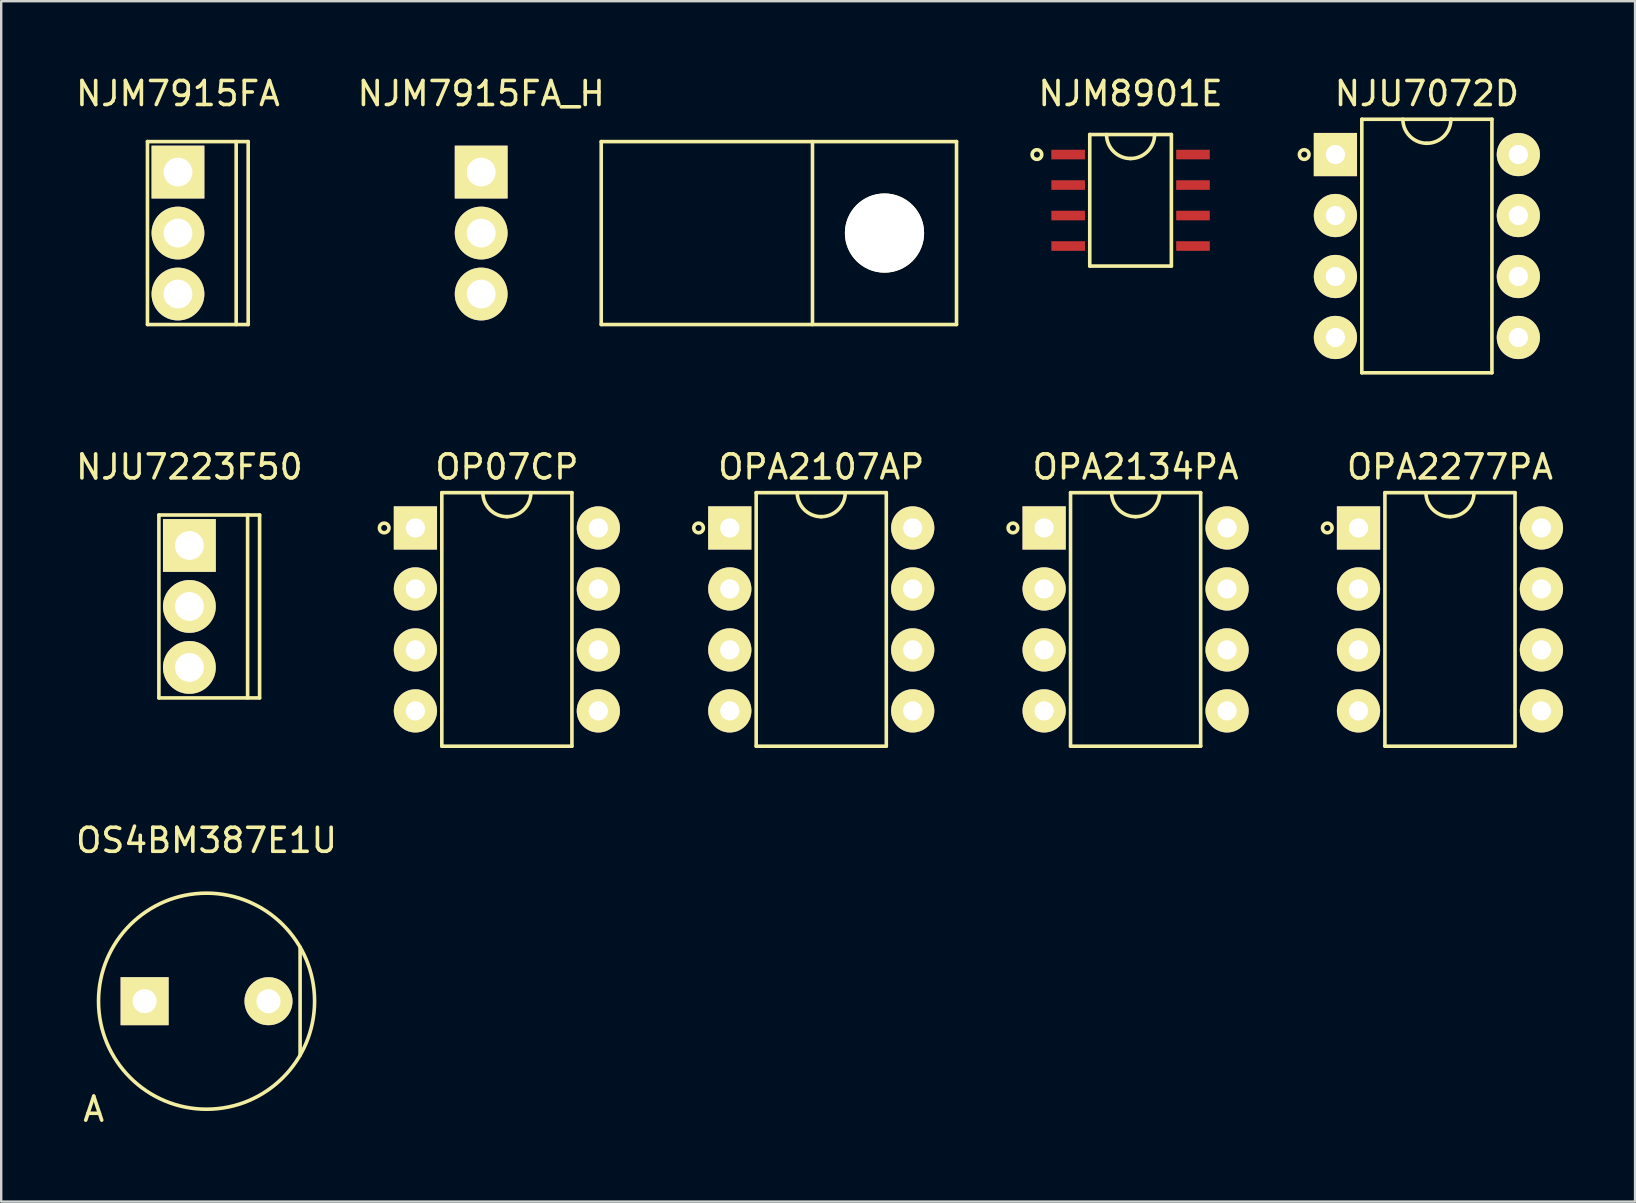
<source format=kicad_pcb>
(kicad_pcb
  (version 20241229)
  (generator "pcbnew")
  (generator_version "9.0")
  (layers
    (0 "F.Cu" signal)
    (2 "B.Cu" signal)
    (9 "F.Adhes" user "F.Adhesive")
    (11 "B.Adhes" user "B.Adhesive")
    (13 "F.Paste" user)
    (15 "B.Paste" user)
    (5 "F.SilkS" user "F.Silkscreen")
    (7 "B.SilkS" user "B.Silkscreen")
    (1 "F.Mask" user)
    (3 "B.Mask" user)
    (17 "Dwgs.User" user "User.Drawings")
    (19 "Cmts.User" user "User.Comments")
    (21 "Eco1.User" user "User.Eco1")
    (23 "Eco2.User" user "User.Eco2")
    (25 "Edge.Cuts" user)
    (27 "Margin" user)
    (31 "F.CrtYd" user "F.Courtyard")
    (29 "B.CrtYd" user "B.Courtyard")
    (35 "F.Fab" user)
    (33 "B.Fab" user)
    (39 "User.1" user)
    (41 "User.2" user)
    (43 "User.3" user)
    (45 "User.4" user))
  (footprint "OPA2134PA"
    (layer "F.Cu")
    (at 40.444 18.942)
    (property "Reference" "OPA2134PA" (at 3.81 -2.54 0) (layer "F.SilkS") (effects (font (size 1 1) (thickness 0.15))))
    (attr through_hole)
    (fp_line (start 1.1 -1.47) (end 6.52 -1.47) (stroke (width 0.15) (type solid)) (layer "F.SilkS"))
    (fp_line (start 1.1 9.09) (end 1.1 -1.47) (stroke (width 0.15) (type solid)) (layer "F.SilkS"))
    (fp_line (start 6.52 -1.47) (end 6.52 9.09) (stroke (width 0.15) (type solid)) (layer "F.SilkS"))
    (fp_line (start 6.52 9.09) (end 1.1 9.09) (stroke (width 0.15) (type solid)) (layer "F.SilkS"))
    (fp_arc (start 3.81 -0.47) (mid 3.102893 -0.762893) (end 2.81 -1.47) (stroke (width 0.15) (type solid)) (layer "F.SilkS"))
    (fp_arc (start 4.81 -1.47) (mid 4.517107 -0.762893) (end 3.81 -0.47) (stroke (width 0.15) (type solid)) (layer "F.SilkS"))
    (fp_circle (center -1.3 0) (end -1.3 0.2) (stroke (width 0.15) (type solid)) (fill no) (layer "F.SilkS"))
    (pad "1" thru_hole rect (at 0 0) (size 1.8 1.8) (drill 0.8) (layers "*.Cu" "*.Mask" "F.SilkS"))
    (pad "2" thru_hole circle (at 0 2.54) (size 1.8 1.8) (drill 0.8) (layers "*.Cu" "*.Mask" "F.SilkS"))
    (pad "3" thru_hole circle (at 0 5.08) (size 1.8 1.8) (drill 0.8) (layers "*.Cu" "*.Mask" "F.SilkS"))
    (pad "4" thru_hole circle (at 0 7.62) (size 1.8 1.8) (drill 0.8) (layers "*.Cu" "*.Mask" "F.SilkS"))
    (pad "5" thru_hole circle (at 7.62 7.62) (size 1.8 1.8) (drill 0.8) (layers "*.Cu" "*.Mask" "F.SilkS"))
    (pad "6" thru_hole circle (at 7.62 5.08) (size 1.8 1.8) (drill 0.8) (layers "*.Cu" "*.Mask" "F.SilkS"))
    (pad "7" thru_hole circle (at 7.62 2.54) (size 1.8 1.8) (drill 0.8) (layers "*.Cu" "*.Mask" "F.SilkS"))
    (pad "8" thru_hole circle (at 7.62 0) (size 1.8 1.8) (drill 0.8) (layers "*.Cu" "*.Mask" "F.SilkS")))
  (footprint "NJU7072D"
    (layer "F.Cu")
    (at 52.577 3.388)
    (property "Reference" "NJU7072D" (at 3.81 -2.54 0) (layer "F.SilkS") (effects (font (size 1 1) (thickness 0.15))))
    (attr through_hole)
    (fp_line (start 1.1 -1.47) (end 6.52 -1.47) (stroke (width 0.15) (type solid)) (layer "F.SilkS"))
    (fp_line (start 1.1 9.09) (end 1.1 -1.47) (stroke (width 0.15) (type solid)) (layer "F.SilkS"))
    (fp_line (start 6.52 -1.47) (end 6.52 9.09) (stroke (width 0.15) (type solid)) (layer "F.SilkS"))
    (fp_line (start 6.52 9.09) (end 1.1 9.09) (stroke (width 0.15) (type solid)) (layer "F.SilkS"))
    (fp_arc (start 3.81 -0.47) (mid 3.102893 -0.762893) (end 2.81 -1.47) (stroke (width 0.15) (type solid)) (layer "F.SilkS"))
    (fp_arc (start 4.81 -1.47) (mid 4.517107 -0.762893) (end 3.81 -0.47) (stroke (width 0.15) (type solid)) (layer "F.SilkS"))
    (fp_circle (center -1.3 0) (end -1.3 0.2) (stroke (width 0.15) (type solid)) (fill no) (layer "F.SilkS"))
    (pad "1" thru_hole rect (at 0 0) (size 1.8 1.8) (drill 0.8) (layers "*.Cu" "*.Mask" "F.SilkS"))
    (pad "2" thru_hole circle (at 0 2.54) (size 1.8 1.8) (drill 0.8) (layers "*.Cu" "*.Mask" "F.SilkS"))
    (pad "3" thru_hole circle (at 0 5.08) (size 1.8 1.8) (drill 0.8) (layers "*.Cu" "*.Mask" "F.SilkS"))
    (pad "4" thru_hole circle (at 0 7.62) (size 1.8 1.8) (drill 0.8) (layers "*.Cu" "*.Mask" "F.SilkS"))
    (pad "5" thru_hole circle (at 7.62 7.62) (size 1.8 1.8) (drill 0.8) (layers "*.Cu" "*.Mask" "F.SilkS"))
    (pad "6" thru_hole circle (at 7.62 5.08) (size 1.8 1.8) (drill 0.8) (layers "*.Cu" "*.Mask" "F.SilkS"))
    (pad "7" thru_hole circle (at 7.62 2.54) (size 1.8 1.8) (drill 0.8) (layers "*.Cu" "*.Mask" "F.SilkS"))
    (pad "8" thru_hole circle (at 7.62 0) (size 1.8 1.8) (drill 0.8) (layers "*.Cu" "*.Mask" "F.SilkS")))
  (footprint "OS4BM387E1U"
    (layer "F.Cu")
    (at 2.974 38.655)
    (property "Reference" "OS4BM387E1U" (at 2.58 -6.7 0) (layer "F.SilkS") (effects (font (size 1 1) (thickness 0.15))))
    (attr through_hole)
    (fp_line (start 6.477 2.25) (end 6.477 -2.25) (stroke (width 0.15) (type solid)) (layer "F.SilkS"))
    (fp_circle (center 2.58 0) (end 2.58 -4.5) (stroke (width 0.15) (type solid)) (fill no) (layer "F.SilkS"))
    (fp_text user "A" (at -2.12 4.5 0) (layer "F.SilkS") (effects (font (size 1 1) (thickness 0.15))))
    (pad "1" thru_hole rect (at 0 0) (size 2 2) (drill 1) (layers "*.Cu" "*.Mask" "F.SilkS"))
    (pad "2" thru_hole circle (at 5.16 0) (size 2 2) (drill 1) (layers "*.Cu" "*.Mask" "F.SilkS")))
  (footprint "OP07CP"
    (layer "F.Cu")
    (at 14.254 18.942)
    (property "Reference" "OP07CP" (at 3.81 -2.54 0) (layer "F.SilkS") (effects (font (size 1 1) (thickness 0.15))))
    (attr through_hole)
    (fp_line (start 1.1 -1.47) (end 6.52 -1.47) (stroke (width 0.15) (type solid)) (layer "F.SilkS"))
    (fp_line (start 1.1 9.09) (end 1.1 -1.47) (stroke (width 0.15) (type solid)) (layer "F.SilkS"))
    (fp_line (start 6.52 -1.47) (end 6.52 9.09) (stroke (width 0.15) (type solid)) (layer "F.SilkS"))
    (fp_line (start 6.52 9.09) (end 1.1 9.09) (stroke (width 0.15) (type solid)) (layer "F.SilkS"))
    (fp_arc (start 3.81 -0.47) (mid 3.102893 -0.762893) (end 2.81 -1.47) (stroke (width 0.15) (type solid)) (layer "F.SilkS"))
    (fp_arc (start 4.81 -1.47) (mid 4.517107 -0.762893) (end 3.81 -0.47) (stroke (width 0.15) (type solid)) (layer "F.SilkS"))
    (fp_circle (center -1.3 0) (end -1.3 0.2) (stroke (width 0.15) (type solid)) (fill no) (layer "F.SilkS"))
    (pad "1" thru_hole rect (at 0 0) (size 1.8 1.8) (drill 0.8) (layers "*.Cu" "*.Mask" "F.SilkS"))
    (pad "2" thru_hole circle (at 0 2.54) (size 1.8 1.8) (drill 0.8) (layers "*.Cu" "*.Mask" "F.SilkS"))
    (pad "3" thru_hole circle (at 0 5.08) (size 1.8 1.8) (drill 0.8) (layers "*.Cu" "*.Mask" "F.SilkS"))
    (pad "4" thru_hole circle (at 0 7.62) (size 1.8 1.8) (drill 0.8) (layers "*.Cu" "*.Mask" "F.SilkS"))
    (pad "5" thru_hole circle (at 7.62 7.62) (size 1.8 1.8) (drill 0.8) (layers "*.Cu" "*.Mask" "F.SilkS"))
    (pad "6" thru_hole circle (at 7.62 5.08) (size 1.8 1.8) (drill 0.8) (layers "*.Cu" "*.Mask" "F.SilkS"))
    (pad "7" thru_hole circle (at 7.62 2.54) (size 1.8 1.8) (drill 0.8) (layers "*.Cu" "*.Mask" "F.SilkS"))
    (pad "8" thru_hole circle (at 7.62 0) (size 1.8 1.8) (drill 0.8) (layers "*.Cu" "*.Mask" "F.SilkS")))
  (footprint "NJM7915FA"
    (layer "F.Cu")
    (at 4.363 4.118)
    (property "Reference" "NJM7915FA" (at 0 -3.27 0) (layer "F.SilkS") (effects (font (size 1 1) (thickness 0.15))))
    (attr through_hole)
    (fp_line (start -1.27 -1.27) (end -1.27 6.35) (stroke (width 0.15) (type solid)) (layer "F.SilkS"))
    (fp_line (start -1.27 -1.27) (end 2.925 -1.27) (stroke (width 0.15) (type solid)) (layer "F.SilkS"))
    (fp_line (start -1.27 6.35) (end 2.925 6.35) (stroke (width 0.15) (type solid)) (layer "F.SilkS"))
    (fp_line (start 2.425 -1.27) (end 2.425 6.35) (stroke (width 0.15) (type solid)) (layer "F.SilkS"))
    (fp_line (start 2.925 -1.27) (end 2.925 6.35) (stroke (width 0.15) (type solid)) (layer "F.SilkS"))
    (pad "1" thru_hole rect (at 0 0) (size 2.2 2.2) (drill 1.2) (layers "*.Cu" "*.Mask" "F.SilkS"))
    (pad "2" thru_hole circle (at 0 2.54) (size 2.2 2.2) (drill 1.2) (layers "*.Cu" "*.Mask" "F.SilkS"))
    (pad "3" thru_hole circle (at 0 5.08) (size 2.2 2.2) (drill 1.2) (layers "*.Cu" "*.Mask" "F.SilkS")))
  (footprint "NJU7223F50"
    (layer "F.Cu")
    (at 4.839 19.672)
    (property "Reference" "NJU7223F50" (at 0 -3.27 0) (layer "F.SilkS") (effects (font (size 1 1) (thickness 0.15))))
    (attr through_hole)
    (fp_line (start -1.27 -1.27) (end -1.27 6.35) (stroke (width 0.15) (type solid)) (layer "F.SilkS"))
    (fp_line (start -1.27 -1.27) (end 2.925 -1.27) (stroke (width 0.15) (type solid)) (layer "F.SilkS"))
    (fp_line (start -1.27 6.35) (end 2.925 6.35) (stroke (width 0.15) (type solid)) (layer "F.SilkS"))
    (fp_line (start 2.425 -1.27) (end 2.425 6.35) (stroke (width 0.15) (type solid)) (layer "F.SilkS"))
    (fp_line (start 2.925 -1.27) (end 2.925 6.35) (stroke (width 0.15) (type solid)) (layer "F.SilkS"))
    (pad "1" thru_hole rect (at 0 0) (size 2.2 2.2) (drill 1.2) (layers "*.Cu" "*.Mask" "F.SilkS"))
    (pad "2" thru_hole circle (at 0 2.54) (size 2.2 2.2) (drill 1.2) (layers "*.Cu" "*.Mask" "F.SilkS"))
    (pad "3" thru_hole circle (at 0 5.08) (size 2.2 2.2) (drill 1.2) (layers "*.Cu" "*.Mask" "F.SilkS")))
  (footprint "OPA2277PA"
    (layer "F.Cu")
    (at 53.539 18.942)
    (property "Reference" "OPA2277PA" (at 3.81 -2.54 0) (layer "F.SilkS") (effects (font (size 1 1) (thickness 0.15))))
    (attr through_hole)
    (fp_line (start 1.1 -1.47) (end 6.52 -1.47) (stroke (width 0.15) (type solid)) (layer "F.SilkS"))
    (fp_line (start 1.1 9.09) (end 1.1 -1.47) (stroke (width 0.15) (type solid)) (layer "F.SilkS"))
    (fp_line (start 6.52 -1.47) (end 6.52 9.09) (stroke (width 0.15) (type solid)) (layer "F.SilkS"))
    (fp_line (start 6.52 9.09) (end 1.1 9.09) (stroke (width 0.15) (type solid)) (layer "F.SilkS"))
    (fp_arc (start 3.81 -0.47) (mid 3.102893 -0.762893) (end 2.81 -1.47) (stroke (width 0.15) (type solid)) (layer "F.SilkS"))
    (fp_arc (start 4.81 -1.47) (mid 4.517107 -0.762893) (end 3.81 -0.47) (stroke (width 0.15) (type solid)) (layer "F.SilkS"))
    (fp_circle (center -1.3 0) (end -1.3 0.2) (stroke (width 0.15) (type solid)) (fill no) (layer "F.SilkS"))
    (pad "1" thru_hole rect (at 0 0) (size 1.8 1.8) (drill 0.8) (layers "*.Cu" "*.Mask" "F.SilkS"))
    (pad "2" thru_hole circle (at 0 2.54) (size 1.8 1.8) (drill 0.8) (layers "*.Cu" "*.Mask" "F.SilkS"))
    (pad "3" thru_hole circle (at 0 5.08) (size 1.8 1.8) (drill 0.8) (layers "*.Cu" "*.Mask" "F.SilkS"))
    (pad "4" thru_hole circle (at 0 7.62) (size 1.8 1.8) (drill 0.8) (layers "*.Cu" "*.Mask" "F.SilkS"))
    (pad "5" thru_hole circle (at 7.62 7.62) (size 1.8 1.8) (drill 0.8) (layers "*.Cu" "*.Mask" "F.SilkS"))
    (pad "6" thru_hole circle (at 7.62 5.08) (size 1.8 1.8) (drill 0.8) (layers "*.Cu" "*.Mask" "F.SilkS"))
    (pad "7" thru_hole circle (at 7.62 2.54) (size 1.8 1.8) (drill 0.8) (layers "*.Cu" "*.Mask" "F.SilkS"))
    (pad "8" thru_hole circle (at 7.62 0) (size 1.8 1.8) (drill 0.8) (layers "*.Cu" "*.Mask" "F.SilkS")))
  (footprint "OPA2107AP"
    (layer "F.Cu")
    (at 27.349 18.942)
    (property "Reference" "OPA2107AP" (at 3.81 -2.54 0) (layer "F.SilkS") (effects (font (size 1 1) (thickness 0.15))))
    (attr through_hole)
    (fp_line (start 1.1 -1.47) (end 6.52 -1.47) (stroke (width 0.15) (type solid)) (layer "F.SilkS"))
    (fp_line (start 1.1 9.09) (end 1.1 -1.47) (stroke (width 0.15) (type solid)) (layer "F.SilkS"))
    (fp_line (start 6.52 -1.47) (end 6.52 9.09) (stroke (width 0.15) (type solid)) (layer "F.SilkS"))
    (fp_line (start 6.52 9.09) (end 1.1 9.09) (stroke (width 0.15) (type solid)) (layer "F.SilkS"))
    (fp_arc (start 3.81 -0.47) (mid 3.102893 -0.762893) (end 2.81 -1.47) (stroke (width 0.15) (type solid)) (layer "F.SilkS"))
    (fp_arc (start 4.81 -1.47) (mid 4.517107 -0.762893) (end 3.81 -0.47) (stroke (width 0.15) (type solid)) (layer "F.SilkS"))
    (fp_circle (center -1.3 0) (end -1.3 0.2) (stroke (width 0.15) (type solid)) (fill no) (layer "F.SilkS"))
    (pad "1" thru_hole rect (at 0 0) (size 1.8 1.8) (drill 0.8) (layers "*.Cu" "*.Mask" "F.SilkS"))
    (pad "2" thru_hole circle (at 0 2.54) (size 1.8 1.8) (drill 0.8) (layers "*.Cu" "*.Mask" "F.SilkS"))
    (pad "3" thru_hole circle (at 0 5.08) (size 1.8 1.8) (drill 0.8) (layers "*.Cu" "*.Mask" "F.SilkS"))
    (pad "4" thru_hole circle (at 0 7.62) (size 1.8 1.8) (drill 0.8) (layers "*.Cu" "*.Mask" "F.SilkS"))
    (pad "5" thru_hole circle (at 7.62 7.62) (size 1.8 1.8) (drill 0.8) (layers "*.Cu" "*.Mask" "F.SilkS"))
    (pad "6" thru_hole circle (at 7.62 5.08) (size 1.8 1.8) (drill 0.8) (layers "*.Cu" "*.Mask" "F.SilkS"))
    (pad "7" thru_hole circle (at 7.62 2.54) (size 1.8 1.8) (drill 0.8) (layers "*.Cu" "*.Mask" "F.SilkS"))
    (pad "8" thru_hole circle (at 7.62 0) (size 1.8 1.8) (drill 0.8) (layers "*.Cu" "*.Mask" "F.SilkS")))
  (footprint "NJM8901E"
    (layer "F.Cu")
    (at 41.444 3.388)
    (property "Reference" "NJM8901E" (at 2.6 -2.54 0) (layer "F.SilkS") (effects (font (size 1 1) (thickness 0.15))))
    (attr through_hole)
    (fp_line (start 0.9 -0.835) (end 4.3 -0.835) (stroke (width 0.15) (type solid)) (layer "F.SilkS"))
    (fp_line (start 0.9 4.645) (end 0.9 -0.835) (stroke (width 0.15) (type solid)) (layer "F.SilkS"))
    (fp_line (start 4.3 -0.835) (end 4.3 4.645) (stroke (width 0.15) (type solid)) (layer "F.SilkS"))
    (fp_line (start 4.3 4.645) (end 0.9 4.645) (stroke (width 0.15) (type solid)) (layer "F.SilkS"))
    (fp_arc (start 2.6 0.165) (mid 1.892893 -0.127893) (end 1.6 -0.835) (stroke (width 0.15) (type solid)) (layer "F.SilkS"))
    (fp_arc (start 3.6 -0.835) (mid 3.307107 -0.127893) (end 2.6 0.165) (stroke (width 0.15) (type solid)) (layer "F.SilkS"))
    (fp_circle (center -1.3 0) (end -1.3 0.2) (stroke (width 0.15) (type solid)) (fill no) (layer "F.SilkS"))
    (pad "1" smd rect (at 0 0) (size 1.4 0.4) (layers "F.Cu" "F.Mask" "F.Paste"))
    (pad "2" smd rect (at 0 1.27) (size 1.4 0.4) (layers "F.Cu" "F.Mask" "F.Paste"))
    (pad "3" smd rect (at 0 2.54) (size 1.4 0.4) (layers "F.Cu" "F.Mask" "F.Paste"))
    (pad "4" smd rect (at 0 3.81) (size 1.4 0.4) (layers "F.Cu" "F.Mask" "F.Paste"))
    (pad "5" smd rect (at 5.2 3.81) (size 1.4 0.4) (layers "F.Cu" "F.Mask" "F.Paste"))
    (pad "6" smd rect (at 5.2 2.54) (size 1.4 0.4) (layers "F.Cu" "F.Mask" "F.Paste"))
    (pad "7" smd rect (at 5.2 1.27) (size 1.4 0.4) (layers "F.Cu" "F.Mask" "F.Paste"))
    (pad "8" smd rect (at 5.2 0) (size 1.4 0.4) (layers "F.Cu" "F.Mask" "F.Paste")))
  (footprint "NJM7915FA_H"
    (layer "F.Cu")
    (at 16.994 4.118)
    (property "Reference" "NJM7915FA_H" (at 0 -3.27 0) (layer "F.SilkS") (effects (font (size 1 1) (thickness 0.15))))
    (attr through_hole)
    (fp_line (start 5 -1.27) (end 5 6.35) (stroke (width 0.15) (type solid)) (layer "F.SilkS"))
    (fp_line (start 5 -1.27) (end 19.8 -1.27) (stroke (width 0.15) (type solid)) (layer "F.SilkS"))
    (fp_line (start 5 6.35) (end 19.8 6.35) (stroke (width 0.15) (type solid)) (layer "F.SilkS"))
    (fp_line (start 13.8 -1.27) (end 13.8 6.35) (stroke (width 0.15) (type solid)) (layer "F.SilkS"))
    (fp_line (start 19.8 -1.27) (end 19.8 6.35) (stroke (width 0.15) (type solid)) (layer "F.SilkS"))
    (pad "" np_thru_hole circle (at 16.8 2.54) (size 3.3 3.3) (drill 3.3) (layers "*.Cu" "*.Mask" "F.SilkS"))
    (pad "1" thru_hole rect (at 0 0) (size 2.2 2.2) (drill 1.2) (layers "*.Cu" "*.Mask" "F.SilkS"))
    (pad "2" thru_hole circle (at 0 2.54) (size 2.2 2.2) (drill 1.2) (layers "*.Cu" "*.Mask" "F.SilkS"))
    (pad "3" thru_hole circle (at 0 5.08) (size 2.2 2.2) (drill 1.2) (layers "*.Cu" "*.Mask" "F.SilkS")))
  (gr_rect
    (start -3 -3)
    (end 65.059 47.003)
    (stroke (width 0.1) (type default))
    (fill no)
    (layer "Edge.Cuts")))
</source>
